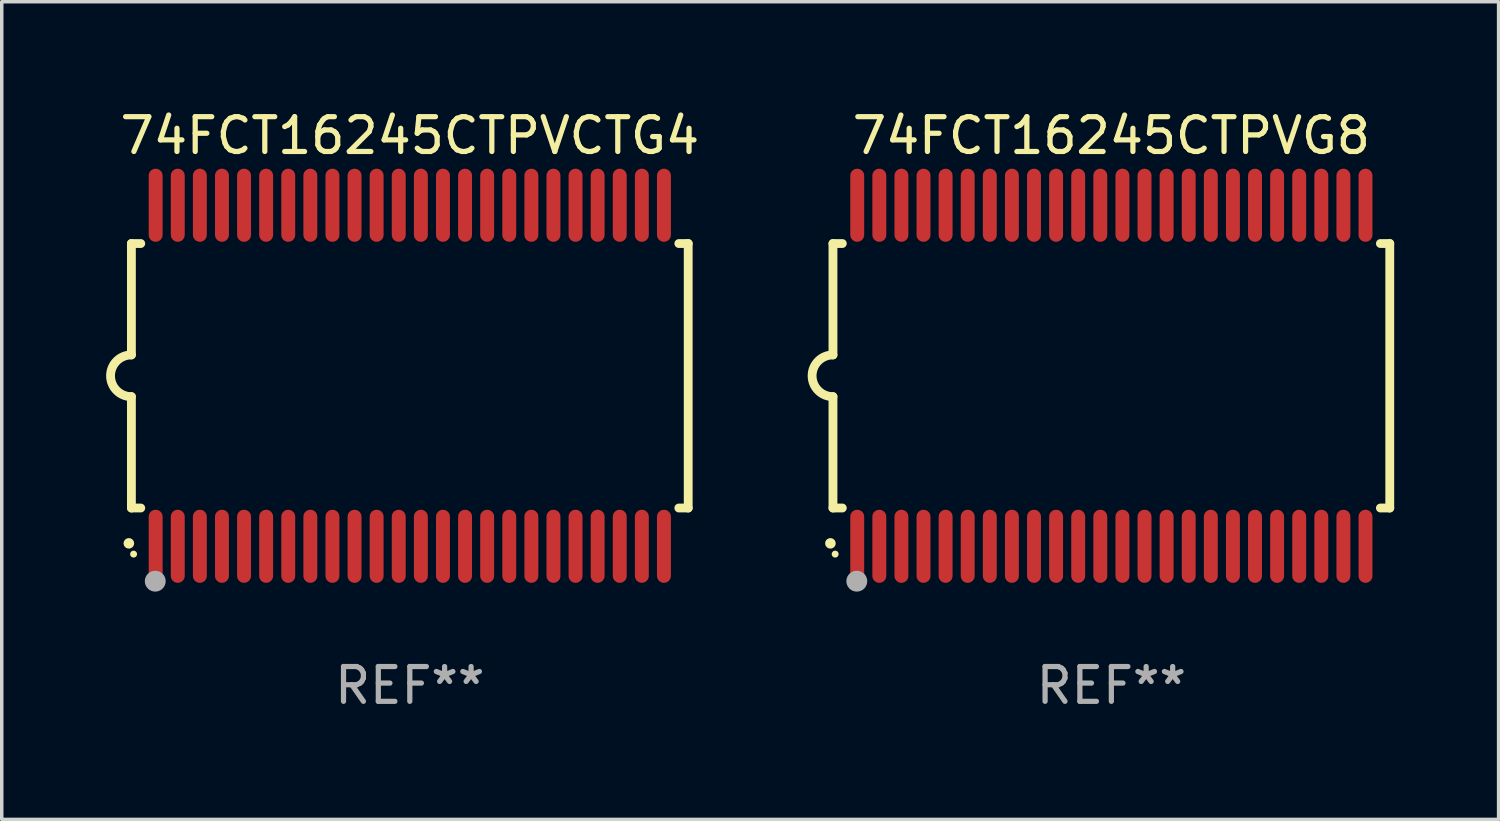
<source format=kicad_pcb>
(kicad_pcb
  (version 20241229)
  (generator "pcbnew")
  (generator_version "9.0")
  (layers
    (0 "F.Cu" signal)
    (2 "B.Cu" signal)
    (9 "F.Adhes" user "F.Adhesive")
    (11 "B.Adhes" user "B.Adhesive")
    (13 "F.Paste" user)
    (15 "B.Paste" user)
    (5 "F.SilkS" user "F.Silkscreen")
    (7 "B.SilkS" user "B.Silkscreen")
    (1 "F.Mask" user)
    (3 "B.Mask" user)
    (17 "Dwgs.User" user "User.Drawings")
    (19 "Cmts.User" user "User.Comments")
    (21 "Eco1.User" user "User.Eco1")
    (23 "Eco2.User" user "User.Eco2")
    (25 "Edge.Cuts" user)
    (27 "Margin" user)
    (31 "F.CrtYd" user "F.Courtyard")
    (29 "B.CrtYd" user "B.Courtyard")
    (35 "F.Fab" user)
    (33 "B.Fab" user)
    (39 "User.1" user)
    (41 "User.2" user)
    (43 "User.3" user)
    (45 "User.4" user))
  (footprint "74FCT16245CTPVCTG4"
    (layer "F.Cu")
    (at 8.726 7.748)
    (property "Reference" "74FCT16245CTPVCTG4" (at 0 -6.9 0) (layer "F.SilkS") (effects (font (size 1 1) (thickness 0.15))))
    (attr through_hole)
    (fp_line (start -8 -3.8) (end -8 -0.599) (stroke (width 0.254) (type solid)) (layer "F.SilkS"))
    (fp_line (start -8 -3.8) (end -7.731 -3.8) (stroke (width 0.254) (type solid)) (layer "F.SilkS"))
    (fp_line (start -8 3.8) (end -8 0.599) (stroke (width 0.254) (type solid)) (layer "F.SilkS"))
    (fp_line (start -7.731 3.8) (end -8 3.8) (stroke (width 0.254) (type solid)) (layer "F.SilkS"))
    (fp_line (start 7.731 -3.8) (end 8 -3.8) (stroke (width 0.254) (type solid)) (layer "F.SilkS"))
    (fp_line (start 8 -3.8) (end 8 3.8) (stroke (width 0.254) (type solid)) (layer "F.SilkS"))
    (fp_line (start 8 3.8) (end 7.731 3.8) (stroke (width 0.254) (type solid)) (layer "F.SilkS"))
    (fp_arc (start -8.074676 4.81585) (mid -8.073406 4.815845) (end -8.072136 4.81585) (stroke (width 0.3) (type solid)) (layer "F.SilkS"))
    (fp_arc (start -8.000025 0.6) (mid -8.598908 0.00056) (end -8.000027 -0.598882) (stroke (width 0.254001) (type solid)) (layer "F.SilkS"))
    (fp_circle (center -7.937 5.125) (end -7.887 5.125) (stroke (width 0.1) (type solid)) (fill no) (layer "F.SilkS"))
    (fp_circle (center -7.315 5.903) (end -7.165 5.903) (stroke (width 0.3) (type solid)) (fill no) (layer "F.Fab"))
    (fp_text user "REF**" (at 0 8.9 0) (layer "F.Fab") (effects (font (size 1 1) (thickness 0.15))))
    (pad "1" smd oval (at -7.303 4.9) (size 0.4 2.1) (layers "F.Cu" "F.Mask" "F.Paste"))
    (pad "2" smd oval (at -6.668 4.9) (size 0.4 2.1) (layers "F.Cu" "F.Mask" "F.Paste"))
    (pad "3" smd oval (at -6.033 4.9) (size 0.4 2.1) (layers "F.Cu" "F.Mask" "F.Paste"))
    (pad "4" smd oval (at -5.398 4.9) (size 0.4 2.1) (layers "F.Cu" "F.Mask" "F.Paste"))
    (pad "5" smd oval (at -4.763 4.9) (size 0.4 2.1) (layers "F.Cu" "F.Mask" "F.Paste"))
    (pad "6" smd oval (at -4.128 4.9) (size 0.4 2.1) (layers "F.Cu" "F.Mask" "F.Paste"))
    (pad "7" smd oval (at -3.493 4.9) (size 0.4 2.1) (layers "F.Cu" "F.Mask" "F.Paste"))
    (pad "8" smd oval (at -2.858 4.9) (size 0.4 2.1) (layers "F.Cu" "F.Mask" "F.Paste"))
    (pad "9" smd oval (at -2.223 4.9) (size 0.4 2.1) (layers "F.Cu" "F.Mask" "F.Paste"))
    (pad "10" smd oval (at -1.588 4.9) (size 0.4 2.1) (layers "F.Cu" "F.Mask" "F.Paste"))
    (pad "11" smd oval (at -0.953 4.9) (size 0.4 2.1) (layers "F.Cu" "F.Mask" "F.Paste"))
    (pad "12" smd oval (at -0.318 4.9) (size 0.4 2.1) (layers "F.Cu" "F.Mask" "F.Paste"))
    (pad "13" smd oval (at 0.318 4.9) (size 0.4 2.1) (layers "F.Cu" "F.Mask" "F.Paste"))
    (pad "14" smd oval (at 0.953 4.9) (size 0.4 2.1) (layers "F.Cu" "F.Mask" "F.Paste"))
    (pad "15" smd oval (at 1.588 4.9) (size 0.4 2.1) (layers "F.Cu" "F.Mask" "F.Paste"))
    (pad "16" smd oval (at 2.223 4.9) (size 0.4 2.1) (layers "F.Cu" "F.Mask" "F.Paste"))
    (pad "17" smd oval (at 2.858 4.9) (size 0.4 2.1) (layers "F.Cu" "F.Mask" "F.Paste"))
    (pad "18" smd oval (at 3.493 4.9) (size 0.4 2.1) (layers "F.Cu" "F.Mask" "F.Paste"))
    (pad "19" smd oval (at 4.128 4.9) (size 0.4 2.1) (layers "F.Cu" "F.Mask" "F.Paste"))
    (pad "20" smd oval (at 4.763 4.9) (size 0.4 2.1) (layers "F.Cu" "F.Mask" "F.Paste"))
    (pad "21" smd oval (at 5.398 4.9) (size 0.4 2.1) (layers "F.Cu" "F.Mask" "F.Paste"))
    (pad "22" smd oval (at 6.033 4.9) (size 0.4 2.1) (layers "F.Cu" "F.Mask" "F.Paste"))
    (pad "23" smd oval (at 6.668 4.9) (size 0.4 2.1) (layers "F.Cu" "F.Mask" "F.Paste"))
    (pad "24" smd oval (at 7.303 4.9) (size 0.4 2.1) (layers "F.Cu" "F.Mask" "F.Paste"))
    (pad "25" smd oval (at 7.303 -4.9 180) (size 0.4 2.1) (layers "F.Cu" "F.Mask" "F.Paste"))
    (pad "26" smd oval (at 6.668 -4.9 180) (size 0.4 2.1) (layers "F.Cu" "F.Mask" "F.Paste"))
    (pad "27" smd oval (at 6.033 -4.9 180) (size 0.4 2.1) (layers "F.Cu" "F.Mask" "F.Paste"))
    (pad "28" smd oval (at 5.398 -4.9 180) (size 0.4 2.1) (layers "F.Cu" "F.Mask" "F.Paste"))
    (pad "29" smd oval (at 4.763 -4.9 180) (size 0.4 2.1) (layers "F.Cu" "F.Mask" "F.Paste"))
    (pad "30" smd oval (at 4.128 -4.9 180) (size 0.4 2.1) (layers "F.Cu" "F.Mask" "F.Paste"))
    (pad "31" smd oval (at 3.493 -4.9 180) (size 0.4 2.1) (layers "F.Cu" "F.Mask" "F.Paste"))
    (pad "32" smd oval (at 2.858 -4.9 180) (size 0.4 2.1) (layers "F.Cu" "F.Mask" "F.Paste"))
    (pad "33" smd oval (at 2.223 -4.9 180) (size 0.4 2.1) (layers "F.Cu" "F.Mask" "F.Paste"))
    (pad "34" smd oval (at 1.588 -4.9 180) (size 0.4 2.1) (layers "F.Cu" "F.Mask" "F.Paste"))
    (pad "35" smd oval (at 0.953 -4.9 180) (size 0.4 2.1) (layers "F.Cu" "F.Mask" "F.Paste"))
    (pad "36" smd oval (at 0.318 -4.9 180) (size 0.4 2.1) (layers "F.Cu" "F.Mask" "F.Paste"))
    (pad "37" smd oval (at -0.318 -4.9 180) (size 0.4 2.1) (layers "F.Cu" "F.Mask" "F.Paste"))
    (pad "38" smd oval (at -0.953 -4.9 180) (size 0.4 2.1) (layers "F.Cu" "F.Mask" "F.Paste"))
    (pad "39" smd oval (at -1.588 -4.9 180) (size 0.4 2.1) (layers "F.Cu" "F.Mask" "F.Paste"))
    (pad "40" smd oval (at -2.223 -4.9 180) (size 0.4 2.1) (layers "F.Cu" "F.Mask" "F.Paste"))
    (pad "41" smd oval (at -2.858 -4.9 180) (size 0.4 2.1) (layers "F.Cu" "F.Mask" "F.Paste"))
    (pad "42" smd oval (at -3.493 -4.9 180) (size 0.4 2.1) (layers "F.Cu" "F.Mask" "F.Paste"))
    (pad "43" smd oval (at -4.128 -4.9 180) (size 0.4 2.1) (layers "F.Cu" "F.Mask" "F.Paste"))
    (pad "44" smd oval (at -4.763 -4.9 180) (size 0.4 2.1) (layers "F.Cu" "F.Mask" "F.Paste"))
    (pad "45" smd oval (at -5.398 -4.9 180) (size 0.4 2.1) (layers "F.Cu" "F.Mask" "F.Paste"))
    (pad "46" smd oval (at -6.033 -4.9 180) (size 0.4 2.1) (layers "F.Cu" "F.Mask" "F.Paste"))
    (pad "47" smd oval (at -6.668 -4.9 180) (size 0.4 2.1) (layers "F.Cu" "F.Mask" "F.Paste"))
    (pad "48" smd oval (at -7.303 -4.9 180) (size 0.4 2.1) (layers "F.Cu" "F.Mask" "F.Paste")))
  (footprint "74FCT16245CTPVG8"
    (layer "F.Cu")
    (at 28.886 7.748)
    (property "Reference" "74FCT16245CTPVG8" (at 0 -6.9 0) (layer "F.SilkS") (effects (font (size 1 1) (thickness 0.15))))
    (attr through_hole)
    (fp_line (start -8 -3.8) (end -8 -0.599) (stroke (width 0.254) (type solid)) (layer "F.SilkS"))
    (fp_line (start -8 -3.8) (end -7.731 -3.8) (stroke (width 0.254) (type solid)) (layer "F.SilkS"))
    (fp_line (start -8 3.8) (end -8 0.599) (stroke (width 0.254) (type solid)) (layer "F.SilkS"))
    (fp_line (start -7.731 3.8) (end -8 3.8) (stroke (width 0.254) (type solid)) (layer "F.SilkS"))
    (fp_line (start 7.731 -3.8) (end 8 -3.8) (stroke (width 0.254) (type solid)) (layer "F.SilkS"))
    (fp_line (start 8 -3.8) (end 8 3.8) (stroke (width 0.254) (type solid)) (layer "F.SilkS"))
    (fp_line (start 8 3.8) (end 7.731 3.8) (stroke (width 0.254) (type solid)) (layer "F.SilkS"))
    (fp_arc (start -8.074676 4.81585) (mid -8.073406 4.815845) (end -8.072136 4.81585) (stroke (width 0.3) (type solid)) (layer "F.SilkS"))
    (fp_arc (start -8.000025 0.6) (mid -8.598908 0.00056) (end -8.000027 -0.598882) (stroke (width 0.254001) (type solid)) (layer "F.SilkS"))
    (fp_circle (center -7.937 5.125) (end -7.887 5.125) (stroke (width 0.1) (type solid)) (fill no) (layer "F.SilkS"))
    (fp_circle (center -7.315 5.903) (end -7.165 5.903) (stroke (width 0.3) (type solid)) (fill no) (layer "F.Fab"))
    (fp_text user "REF**" (at 0 8.9 0) (layer "F.Fab") (effects (font (size 1 1) (thickness 0.15))))
    (pad "1" smd oval (at -7.303 4.9) (size 0.4 2.1) (layers "F.Cu" "F.Mask" "F.Paste"))
    (pad "2" smd oval (at -6.668 4.9) (size 0.4 2.1) (layers "F.Cu" "F.Mask" "F.Paste"))
    (pad "3" smd oval (at -6.033 4.9) (size 0.4 2.1) (layers "F.Cu" "F.Mask" "F.Paste"))
    (pad "4" smd oval (at -5.398 4.9) (size 0.4 2.1) (layers "F.Cu" "F.Mask" "F.Paste"))
    (pad "5" smd oval (at -4.763 4.9) (size 0.4 2.1) (layers "F.Cu" "F.Mask" "F.Paste"))
    (pad "6" smd oval (at -4.128 4.9) (size 0.4 2.1) (layers "F.Cu" "F.Mask" "F.Paste"))
    (pad "7" smd oval (at -3.493 4.9) (size 0.4 2.1) (layers "F.Cu" "F.Mask" "F.Paste"))
    (pad "8" smd oval (at -2.858 4.9) (size 0.4 2.1) (layers "F.Cu" "F.Mask" "F.Paste"))
    (pad "9" smd oval (at -2.223 4.9) (size 0.4 2.1) (layers "F.Cu" "F.Mask" "F.Paste"))
    (pad "10" smd oval (at -1.588 4.9) (size 0.4 2.1) (layers "F.Cu" "F.Mask" "F.Paste"))
    (pad "11" smd oval (at -0.953 4.9) (size 0.4 2.1) (layers "F.Cu" "F.Mask" "F.Paste"))
    (pad "12" smd oval (at -0.318 4.9) (size 0.4 2.1) (layers "F.Cu" "F.Mask" "F.Paste"))
    (pad "13" smd oval (at 0.318 4.9) (size 0.4 2.1) (layers "F.Cu" "F.Mask" "F.Paste"))
    (pad "14" smd oval (at 0.953 4.9) (size 0.4 2.1) (layers "F.Cu" "F.Mask" "F.Paste"))
    (pad "15" smd oval (at 1.588 4.9) (size 0.4 2.1) (layers "F.Cu" "F.Mask" "F.Paste"))
    (pad "16" smd oval (at 2.223 4.9) (size 0.4 2.1) (layers "F.Cu" "F.Mask" "F.Paste"))
    (pad "17" smd oval (at 2.858 4.9) (size 0.4 2.1) (layers "F.Cu" "F.Mask" "F.Paste"))
    (pad "18" smd oval (at 3.493 4.9) (size 0.4 2.1) (layers "F.Cu" "F.Mask" "F.Paste"))
    (pad "19" smd oval (at 4.128 4.9) (size 0.4 2.1) (layers "F.Cu" "F.Mask" "F.Paste"))
    (pad "20" smd oval (at 4.763 4.9) (size 0.4 2.1) (layers "F.Cu" "F.Mask" "F.Paste"))
    (pad "21" smd oval (at 5.398 4.9) (size 0.4 2.1) (layers "F.Cu" "F.Mask" "F.Paste"))
    (pad "22" smd oval (at 6.033 4.9) (size 0.4 2.1) (layers "F.Cu" "F.Mask" "F.Paste"))
    (pad "23" smd oval (at 6.668 4.9) (size 0.4 2.1) (layers "F.Cu" "F.Mask" "F.Paste"))
    (pad "24" smd oval (at 7.303 4.9) (size 0.4 2.1) (layers "F.Cu" "F.Mask" "F.Paste"))
    (pad "25" smd oval (at 7.303 -4.9 180) (size 0.4 2.1) (layers "F.Cu" "F.Mask" "F.Paste"))
    (pad "26" smd oval (at 6.668 -4.9 180) (size 0.4 2.1) (layers "F.Cu" "F.Mask" "F.Paste"))
    (pad "27" smd oval (at 6.033 -4.9 180) (size 0.4 2.1) (layers "F.Cu" "F.Mask" "F.Paste"))
    (pad "28" smd oval (at 5.398 -4.9 180) (size 0.4 2.1) (layers "F.Cu" "F.Mask" "F.Paste"))
    (pad "29" smd oval (at 4.763 -4.9 180) (size 0.4 2.1) (layers "F.Cu" "F.Mask" "F.Paste"))
    (pad "30" smd oval (at 4.128 -4.9 180) (size 0.4 2.1) (layers "F.Cu" "F.Mask" "F.Paste"))
    (pad "31" smd oval (at 3.493 -4.9 180) (size 0.4 2.1) (layers "F.Cu" "F.Mask" "F.Paste"))
    (pad "32" smd oval (at 2.858 -4.9 180) (size 0.4 2.1) (layers "F.Cu" "F.Mask" "F.Paste"))
    (pad "33" smd oval (at 2.223 -4.9 180) (size 0.4 2.1) (layers "F.Cu" "F.Mask" "F.Paste"))
    (pad "34" smd oval (at 1.588 -4.9 180) (size 0.4 2.1) (layers "F.Cu" "F.Mask" "F.Paste"))
    (pad "35" smd oval (at 0.953 -4.9 180) (size 0.4 2.1) (layers "F.Cu" "F.Mask" "F.Paste"))
    (pad "36" smd oval (at 0.318 -4.9 180) (size 0.4 2.1) (layers "F.Cu" "F.Mask" "F.Paste"))
    (pad "37" smd oval (at -0.318 -4.9 180) (size 0.4 2.1) (layers "F.Cu" "F.Mask" "F.Paste"))
    (pad "38" smd oval (at -0.953 -4.9 180) (size 0.4 2.1) (layers "F.Cu" "F.Mask" "F.Paste"))
    (pad "39" smd oval (at -1.588 -4.9 180) (size 0.4 2.1) (layers "F.Cu" "F.Mask" "F.Paste"))
    (pad "40" smd oval (at -2.223 -4.9 180) (size 0.4 2.1) (layers "F.Cu" "F.Mask" "F.Paste"))
    (pad "41" smd oval (at -2.858 -4.9 180) (size 0.4 2.1) (layers "F.Cu" "F.Mask" "F.Paste"))
    (pad "42" smd oval (at -3.493 -4.9 180) (size 0.4 2.1) (layers "F.Cu" "F.Mask" "F.Paste"))
    (pad "43" smd oval (at -4.128 -4.9 180) (size 0.4 2.1) (layers "F.Cu" "F.Mask" "F.Paste"))
    (pad "44" smd oval (at -4.763 -4.9 180) (size 0.4 2.1) (layers "F.Cu" "F.Mask" "F.Paste"))
    (pad "45" smd oval (at -5.398 -4.9 180) (size 0.4 2.1) (layers "F.Cu" "F.Mask" "F.Paste"))
    (pad "46" smd oval (at -6.033 -4.9 180) (size 0.4 2.1) (layers "F.Cu" "F.Mask" "F.Paste"))
    (pad "47" smd oval (at -6.668 -4.9 180) (size 0.4 2.1) (layers "F.Cu" "F.Mask" "F.Paste"))
    (pad "48" smd oval (at -7.303 -4.9 180) (size 0.4 2.1) (layers "F.Cu" "F.Mask" "F.Paste")))
  (gr_rect
    (start -3 -3)
    (end 40.013 20.496)
    (stroke (width 0.1) (type default))
    (fill no)
    (layer "Edge.Cuts")))
</source>
